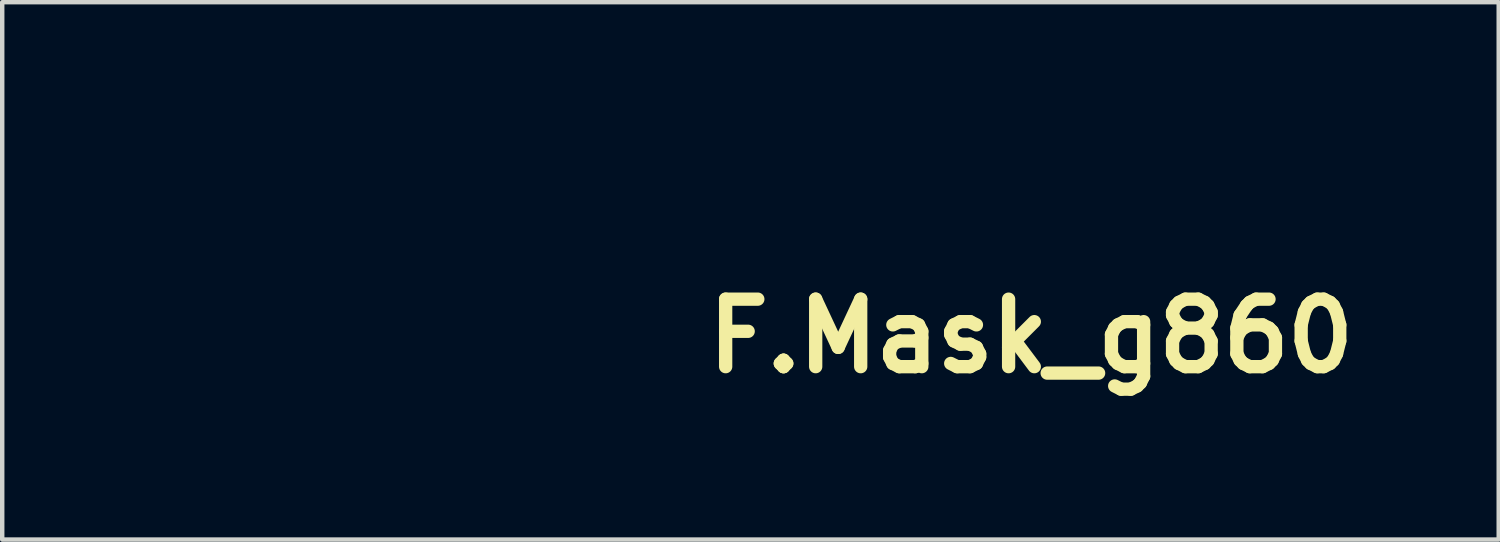
<source format=kicad_pcb>
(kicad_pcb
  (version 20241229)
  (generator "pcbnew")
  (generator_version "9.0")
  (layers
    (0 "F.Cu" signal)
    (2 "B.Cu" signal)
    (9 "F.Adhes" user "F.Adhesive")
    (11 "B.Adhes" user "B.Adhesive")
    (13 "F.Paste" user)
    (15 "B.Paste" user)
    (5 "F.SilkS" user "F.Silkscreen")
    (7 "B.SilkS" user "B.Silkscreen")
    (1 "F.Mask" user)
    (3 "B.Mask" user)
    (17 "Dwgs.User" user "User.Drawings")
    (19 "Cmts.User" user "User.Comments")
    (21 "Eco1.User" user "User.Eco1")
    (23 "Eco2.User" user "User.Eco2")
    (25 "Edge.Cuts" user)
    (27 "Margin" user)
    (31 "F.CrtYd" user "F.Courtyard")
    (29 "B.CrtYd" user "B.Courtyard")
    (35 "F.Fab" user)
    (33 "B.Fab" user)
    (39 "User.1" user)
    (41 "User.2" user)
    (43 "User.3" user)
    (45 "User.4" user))
  (footprint "F.Mask_g860"
    (layer "F.Cu")
    (at 20.224 4.537)
    (property "Reference" "F.Mask_g860" (at 0 0 0) (layer "F.SilkS") (effects (font (size 1.524 1.524) (thickness 0.3))))
    (attr through_hole)
    (fp_poly (pts (xy -1.734 -4.529) (xy -1.591 -4.529) (xy -1.482 -4.527) (xy -1.403 -4.524) (xy -1.348 -4.52) (xy -1.314 -4.515) (xy -1.297 -4.508) (xy -1.291 -4.499) (xy -1.291 -4.498) (xy -1.294 -4.473) (xy -1.301 -4.409) (xy -1.314 -4.308) (xy -1.331 -4.172) (xy -1.351 -4.004) (xy -1.376 -3.805) (xy -1.404 -3.58) (xy -1.436 -3.329) (xy -1.47 -3.055) (xy -1.507 -2.762) (xy -1.546 -2.45) (xy -1.588 -2.123) (xy -1.631 -1.783) (xy -1.662 -1.538) (xy -1.706 -1.191) (xy -1.748 -0.855) (xy -1.789 -0.533) (xy -1.827 -0.226) (xy -1.863 0.061) (xy -1.897 0.327) (xy -1.928 0.57) (xy -1.955 0.788) (xy -1.978 0.977) (xy -1.998 1.135) (xy -2.014 1.26) (xy -2.025 1.35) (xy -2.031 1.401) (xy -2.032 1.414) (xy -2.043 1.422) (xy -2.076 1.428) (xy -2.137 1.432) (xy -2.227 1.436) (xy -2.35 1.438) (xy -2.51 1.439) (xy -2.666 1.439) (xy -3.301 1.439) (xy -3.291 1.381) (xy -3.287 1.353) (xy -3.278 1.286) (xy -3.265 1.182) (xy -3.247 1.043) (xy -3.225 0.872) (xy -3.2 0.672) (xy -3.171 0.444) (xy -3.139 0.192) (xy -3.104 -0.083) (xy -3.067 -0.377) (xy -3.028 -0.689) (xy -2.986 -1.015) (xy -2.944 -1.354) (xy -2.921 -1.535) (xy -2.878 -1.879) (xy -2.836 -2.212) (xy -2.795 -2.532) (xy -2.757 -2.836) (xy -2.721 -3.122) (xy -2.687 -3.387) (xy -2.657 -3.629) (xy -2.629 -3.845) (xy -2.605 -4.033) (xy -2.585 -4.19) (xy -2.569 -4.313) (xy -2.558 -4.401) (xy -2.551 -4.451) (xy -2.55 -4.461) (xy -2.538 -4.53) (xy -1.915 -4.53) (xy -1.734 -4.529)) (stroke (width 0.01) (type solid)) (fill yes) (layer "F.Mask"))
    (fp_poly (pts (xy -7.451 -4.471) (xy -7.453 -4.436) (xy -7.461 -4.364) (xy -7.472 -4.262) (xy -7.487 -4.137) (xy -7.504 -3.994) (xy -7.524 -3.839) (xy -7.525 -3.831) (xy -7.544 -3.678) (xy -7.561 -3.538) (xy -7.576 -3.417) (xy -7.588 -3.32) (xy -7.596 -3.254) (xy -7.599 -3.223) (xy -7.599 -3.223) (xy -7.608 -3.214) (xy -7.639 -3.207) (xy -7.696 -3.202) (xy -7.782 -3.199) (xy -7.901 -3.197) (xy -8.057 -3.196) (xy -8.117 -3.196) (xy -8.281 -3.196) (xy -8.407 -3.195) (xy -8.5 -3.193) (xy -8.565 -3.189) (xy -8.606 -3.184) (xy -8.628 -3.177) (xy -8.636 -3.167) (xy -8.636 -3.165) (xy -8.639 -3.14) (xy -8.646 -3.076) (xy -8.658 -2.976) (xy -8.675 -2.841) (xy -8.696 -2.676) (xy -8.72 -2.483) (xy -8.747 -2.264) (xy -8.778 -2.023) (xy -8.81 -1.761) (xy -8.846 -1.483) (xy -8.883 -1.19) (xy -8.921 -0.886) (xy -8.922 -0.882) (xy -8.96 -0.577) (xy -8.997 -0.284) (xy -9.033 -0.006) (xy -9.066 0.256) (xy -9.096 0.498) (xy -9.123 0.717) (xy -9.148 0.911) (xy -9.168 1.077) (xy -9.185 1.212) (xy -9.197 1.314) (xy -9.205 1.379) (xy -9.207 1.405) (xy -9.207 1.405) (xy -9.211 1.415) (xy -9.223 1.422) (xy -9.249 1.428) (xy -9.294 1.433) (xy -9.361 1.436) (xy -9.454 1.438) (xy -9.579 1.439) (xy -9.739 1.439) (xy -9.843 1.439) (xy -10.479 1.439) (xy -10.468 1.371) (xy -10.463 1.34) (xy -10.454 1.271) (xy -10.441 1.166) (xy -10.423 1.027) (xy -10.401 0.857) (xy -10.376 0.66) (xy -10.348 0.439) (xy -10.317 0.195) (xy -10.284 -0.068) (xy -10.248 -0.346) (xy -10.212 -0.638) (xy -10.181 -0.878) (xy -10.143 -1.179) (xy -10.107 -1.468) (xy -10.072 -1.744) (xy -10.039 -2.003) (xy -10.009 -2.242) (xy -9.981 -2.459) (xy -9.957 -2.651) (xy -9.936 -2.814) (xy -9.919 -2.947) (xy -9.906 -3.045) (xy -9.898 -3.107) (xy -9.895 -3.127) (xy -9.883 -3.196) (xy -10.392 -3.196) (xy -10.552 -3.196) (xy -10.675 -3.197) (xy -10.765 -3.199) (xy -10.827 -3.202) (xy -10.867 -3.207) (xy -10.89 -3.214) (xy -10.899 -3.223) (xy -10.901 -3.233) (xy -10.899 -3.263) (xy -10.892 -3.329) (xy -10.881 -3.426) (xy -10.866 -3.549) (xy -10.849 -3.691) (xy -10.83 -3.848) (xy -10.823 -3.9) (xy -10.745 -4.53) (xy -7.451 -4.53) (xy -7.451 -4.471)) (stroke (width 0.01) (type solid)) (fill yes) (layer "F.Mask"))
    (fp_poly (pts (xy -18.324 -4.525) (xy -18.076 -4.523) (xy -17.867 -4.521) (xy -17.692 -4.519) (xy -17.547 -4.517) (xy -17.43 -4.515) (xy -17.335 -4.512) (xy -17.26 -4.508) (xy -17.2 -4.503) (xy -17.151 -4.497) (xy -17.11 -4.49) (xy -17.072 -4.482) (xy -17.035 -4.471) (xy -17.033 -4.471) (xy -16.801 -4.387) (xy -16.6 -4.274) (xy -16.428 -4.131) (xy -16.287 -3.96) (xy -16.177 -3.76) (xy -16.098 -3.533) (xy -16.05 -3.278) (xy -16.033 -2.996) (xy -16.045 -2.731) (xy -16.087 -2.391) (xy -16.152 -2.074) (xy -16.24 -1.784) (xy -16.349 -1.521) (xy -16.479 -1.29) (xy -16.627 -1.092) (xy -16.794 -0.929) (xy -16.834 -0.898) (xy -16.975 -0.801) (xy -17.118 -0.721) (xy -17.27 -0.657) (xy -17.435 -0.608) (xy -17.619 -0.572) (xy -17.829 -0.548) (xy -18.068 -0.534) (xy -18.342 -0.53) (xy -18.702 -0.529) (xy -18.827 0.455) (xy -18.952 1.439) (xy -20.219 1.439) (xy -20.207 1.371) (xy -20.203 1.342) (xy -20.193 1.273) (xy -20.18 1.168) (xy -20.162 1.027) (xy -20.14 0.855) (xy -20.114 0.654) (xy -20.085 0.425) (xy -20.053 0.171) (xy -20.018 -0.104) (xy -19.981 -0.4) (xy -19.941 -0.712) (xy -19.9 -1.039) (xy -19.857 -1.378) (xy -19.833 -1.566) (xy -19.8 -1.833) (xy -18.541 -1.833) (xy -18.539 -1.817) (xy -18.528 -1.807) (xy -18.502 -1.801) (xy -18.454 -1.799) (xy -18.378 -1.8) (xy -18.268 -1.804) (xy -18.24 -1.805) (xy -18.105 -1.811) (xy -18.003 -1.82) (xy -17.923 -1.832) (xy -17.856 -1.849) (xy -17.814 -1.863) (xy -17.671 -1.938) (xy -17.556 -2.043) (xy -17.469 -2.18) (xy -17.409 -2.349) (xy -17.376 -2.549) (xy -17.369 -2.709) (xy -17.376 -2.851) (xy -17.399 -2.96) (xy -17.441 -3.048) (xy -17.506 -3.122) (xy -17.525 -3.139) (xy -17.58 -3.179) (xy -17.64 -3.208) (xy -17.712 -3.228) (xy -17.806 -3.241) (xy -17.927 -3.247) (xy -18.054 -3.248) (xy -18.361 -3.249) (xy -18.45 -2.561) (xy -18.472 -2.394) (xy -18.492 -2.239) (xy -18.509 -2.101) (xy -18.523 -1.986) (xy -18.534 -1.9) (xy -18.54 -1.847) (xy -18.541 -1.833) (xy -19.8 -1.833) (xy -19.79 -1.911) (xy -19.748 -2.244) (xy -19.708 -2.564) (xy -19.669 -2.868) (xy -19.633 -3.153) (xy -19.599 -3.417) (xy -19.569 -3.658) (xy -19.541 -3.873) (xy -19.517 -4.06) (xy -19.497 -4.216) (xy -19.481 -4.338) (xy -19.47 -4.425) (xy -19.463 -4.474) (xy -19.462 -4.483) (xy -19.451 -4.532) (xy -18.324 -4.525)) (stroke (width 0.01) (type solid)) (fill yes) (layer "F.Mask"))
    (fp_poly (pts (xy -5.057 -4.525) (xy -4.923 -4.524) (xy -4.817 -4.521) (xy -4.742 -4.518) (xy -4.704 -4.514) (xy -4.699 -4.511) (xy -4.695 -4.489) (xy -4.685 -4.427) (xy -4.668 -4.328) (xy -4.645 -4.194) (xy -4.616 -4.028) (xy -4.582 -3.832) (xy -4.543 -3.609) (xy -4.5 -3.361) (xy -4.452 -3.09) (xy -4.401 -2.798) (xy -4.347 -2.489) (xy -4.29 -2.163) (xy -4.231 -1.825) (xy -4.18 -1.538) (xy -4.119 -1.19) (xy -4.06 -0.854) (xy -4.004 -0.532) (xy -3.95 -0.225) (xy -3.9 0.062) (xy -3.853 0.329) (xy -3.811 0.572) (xy -3.773 0.79) (xy -3.739 0.98) (xy -3.712 1.14) (xy -3.69 1.267) (xy -3.674 1.358) (xy -3.664 1.413) (xy -3.662 1.428) (xy -3.682 1.431) (xy -3.74 1.433) (xy -3.83 1.436) (xy -3.947 1.437) (xy -4.086 1.439) (xy -4.242 1.439) (xy -4.328 1.439) (xy -4.995 1.439) (xy -5.006 1.392) (xy -5.013 1.357) (xy -5.026 1.288) (xy -5.043 1.191) (xy -5.064 1.072) (xy -5.087 0.938) (xy -5.097 0.878) (xy -5.175 0.413) (xy -6.022 0.407) (xy -6.869 0.402) (xy -7.1 0.921) (xy -7.33 1.439) (xy -7.996 1.439) (xy -8.182 1.439) (xy -8.329 1.439) (xy -8.443 1.437) (xy -8.527 1.435) (xy -8.585 1.432) (xy -8.623 1.428) (xy -8.644 1.421) (xy -8.652 1.413) (xy -8.651 1.403) (xy -8.651 1.402) (xy -8.641 1.379) (xy -8.616 1.319) (xy -8.575 1.224) (xy -8.521 1.098) (xy -8.453 0.94) (xy -8.373 0.755) (xy -8.281 0.544) (xy -8.179 0.309) (xy -8.068 0.053) (xy -7.948 -0.223) (xy -7.82 -0.517) (xy -7.695 -0.804) (xy -6.371 -0.804) (xy -5.874 -0.804) (xy -5.698 -0.805) (xy -5.559 -0.808) (xy -5.458 -0.812) (xy -5.397 -0.818) (xy -5.376 -0.826) (xy -5.379 -0.851) (xy -5.387 -0.913) (xy -5.4 -1.007) (xy -5.416 -1.125) (xy -5.435 -1.264) (xy -5.456 -1.418) (xy -5.479 -1.582) (xy -5.502 -1.749) (xy -5.526 -1.915) (xy -5.548 -2.074) (xy -5.569 -2.221) (xy -5.587 -2.351) (xy -5.603 -2.457) (xy -5.614 -2.535) (xy -5.621 -2.579) (xy -5.622 -2.582) (xy -5.626 -2.597) (xy -5.633 -2.601) (xy -5.645 -2.589) (xy -5.662 -2.56) (xy -5.686 -2.51) (xy -5.718 -2.436) (xy -5.76 -2.335) (xy -5.813 -2.205) (xy -5.879 -2.041) (xy -5.959 -1.841) (xy -5.967 -1.82) (xy -6.039 -1.639) (xy -6.107 -1.467) (xy -6.17 -1.309) (xy -6.225 -1.169) (xy -6.272 -1.053) (xy -6.307 -0.964) (xy -6.329 -0.908) (xy -6.335 -0.894) (xy -6.371 -0.804) (xy -7.695 -0.804) (xy -7.686 -0.825) (xy -7.546 -1.147) (xy -7.402 -1.48) (xy -7.359 -1.577) (xy -6.078 -4.519) (xy -5.389 -4.525) (xy -5.214 -4.526) (xy -5.057 -4.525)) (stroke (width 0.01) (type solid)) (fill yes) (layer "F.Mask"))
    (fp_poly (pts (xy 1.656 -2.729) (xy 1.817 -2.406) (xy 1.959 -2.119) (xy 2.085 -1.868) (xy 2.194 -1.651) (xy 2.288 -1.466) (xy 2.366 -1.313) (xy 2.431 -1.189) (xy 2.482 -1.094) (xy 2.52 -1.026) (xy 2.546 -0.984) (xy 2.561 -0.966) (xy 2.565 -0.966) (xy 2.57 -0.993) (xy 2.58 -1.058) (xy 2.594 -1.159) (xy 2.612 -1.293) (xy 2.633 -1.455) (xy 2.658 -1.644) (xy 2.685 -1.855) (xy 2.715 -2.085) (xy 2.746 -2.332) (xy 2.779 -2.592) (xy 2.794 -2.709) (xy 2.827 -2.974) (xy 2.859 -3.228) (xy 2.889 -3.468) (xy 2.917 -3.69) (xy 2.943 -3.89) (xy 2.965 -4.067) (xy 2.985 -4.215) (xy 3 -4.333) (xy 3.011 -4.417) (xy 3.017 -4.464) (xy 3.019 -4.471) (xy 3.03 -4.53) (xy 3.653 -4.53) (xy 3.833 -4.529) (xy 3.976 -4.529) (xy 4.085 -4.527) (xy 4.164 -4.524) (xy 4.219 -4.52) (xy 4.253 -4.515) (xy 4.27 -4.508) (xy 4.276 -4.499) (xy 4.276 -4.497) (xy 4.273 -4.473) (xy 4.265 -4.409) (xy 4.253 -4.308) (xy 4.236 -4.172) (xy 4.215 -4.003) (xy 4.191 -3.805) (xy 4.162 -3.579) (xy 4.131 -3.329) (xy 4.097 -3.055) (xy 4.06 -2.762) (xy 4.02 -2.45) (xy 3.979 -2.123) (xy 3.936 -1.783) (xy 3.905 -1.539) (xy 3.861 -1.192) (xy 3.819 -0.856) (xy 3.778 -0.533) (xy 3.74 -0.227) (xy 3.703 0.06) (xy 3.67 0.327) (xy 3.639 0.57) (xy 3.612 0.787) (xy 3.588 0.976) (xy 3.569 1.134) (xy 3.553 1.259) (xy 3.542 1.349) (xy 3.536 1.401) (xy 3.535 1.413) (xy 3.525 1.421) (xy 3.495 1.427) (xy 3.439 1.432) (xy 3.355 1.435) (xy 3.24 1.438) (xy 3.089 1.439) (xy 2.905 1.439) (xy 2.275 1.439) (xy 1.378 -0.371) (xy 1.249 -0.629) (xy 1.126 -0.876) (xy 1.01 -1.11) (xy 0.902 -1.327) (xy 0.803 -1.525) (xy 0.714 -1.701) (xy 0.637 -1.854) (xy 0.574 -1.98) (xy 0.525 -2.077) (xy 0.491 -2.141) (xy 0.475 -2.172) (xy 0.473 -2.174) (xy 0.47 -2.152) (xy 0.461 -2.092) (xy 0.448 -1.996) (xy 0.431 -1.866) (xy 0.411 -1.708) (xy 0.387 -1.522) (xy 0.36 -1.313) (xy 0.331 -1.084) (xy 0.299 -0.837) (xy 0.266 -0.575) (xy 0.243 -0.39) (xy 0.209 -0.121) (xy 0.176 0.138) (xy 0.145 0.381) (xy 0.116 0.606) (xy 0.09 0.809) (xy 0.067 0.989) (xy 0.047 1.141) (xy 0.031 1.262) (xy 0.019 1.35) (xy 0.012 1.401) (xy 0.01 1.413) (xy -0.002 1.421) (xy -0.036 1.427) (xy -0.094 1.432) (xy -0.18 1.435) (xy -0.299 1.438) (xy -0.453 1.439) (xy -0.624 1.439) (xy -1.25 1.439) (xy -1.237 1.339) (xy -1.233 1.306) (xy -1.224 1.234) (xy -1.21 1.124) (xy -1.192 0.981) (xy -1.169 0.805) (xy -1.143 0.6) (xy -1.114 0.368) (xy -1.081 0.111) (xy -1.046 -0.167) (xy -1.009 -0.465) (xy -0.969 -0.779) (xy -0.927 -1.108) (xy -0.884 -1.449) (xy -0.86 -1.64) (xy -0.495 -4.519) (xy 0.763 -4.53) (xy 1.656 -2.729)) (stroke (width 0.01) (type solid)) (fill yes) (layer "F.Mask"))
    (fp_poly (pts (xy -14.063 -4.451) (xy -14.068 -4.417) (xy -14.078 -4.345) (xy -14.092 -4.238) (xy -14.11 -4.099) (xy -14.131 -3.932) (xy -14.156 -3.74) (xy -14.184 -3.527) (xy -14.213 -3.296) (xy -14.245 -3.05) (xy -14.278 -2.794) (xy -14.281 -2.773) (xy -14.319 -2.473) (xy -14.352 -2.212) (xy -14.381 -1.986) (xy -14.405 -1.792) (xy -14.425 -1.625) (xy -14.442 -1.482) (xy -14.455 -1.36) (xy -14.465 -1.255) (xy -14.473 -1.163) (xy -14.479 -1.082) (xy -14.483 -1.007) (xy -14.485 -0.935) (xy -14.486 -0.862) (xy -14.487 -0.785) (xy -14.487 -0.762) (xy -14.487 -0.613) (xy -14.485 -0.498) (xy -14.482 -0.411) (xy -14.475 -0.343) (xy -14.466 -0.288) (xy -14.452 -0.238) (xy -14.447 -0.224) (xy -14.38 -0.073) (xy -14.285 0.047) (xy -14.161 0.137) (xy -14.16 0.138) (xy -14.104 0.166) (xy -14.056 0.185) (xy -14.003 0.195) (xy -13.934 0.2) (xy -13.835 0.201) (xy -13.821 0.201) (xy -13.718 0.2) (xy -13.645 0.196) (xy -13.587 0.185) (xy -13.533 0.167) (xy -13.468 0.137) (xy -13.457 0.131) (xy -13.319 0.044) (xy -13.198 -0.074) (xy -13.095 -0.226) (xy -13.006 -0.412) (xy -12.932 -0.634) (xy -12.872 -0.895) (xy -12.869 -0.909) (xy -12.861 -0.957) (xy -12.849 -1.043) (xy -12.832 -1.163) (xy -12.811 -1.313) (xy -12.787 -1.488) (xy -12.761 -1.686) (xy -12.732 -1.901) (xy -12.702 -2.129) (xy -12.671 -2.367) (xy -12.639 -2.611) (xy -12.607 -2.856) (xy -12.575 -3.099) (xy -12.545 -3.335) (xy -12.516 -3.56) (xy -12.49 -3.77) (xy -12.466 -3.962) (xy -12.445 -4.13) (xy -12.428 -4.272) (xy -12.415 -4.383) (xy -12.413 -4.397) (xy -12.398 -4.53) (xy -11.132 -4.53) (xy -11.143 -4.461) (xy -11.148 -4.43) (xy -11.157 -4.36) (xy -11.171 -4.254) (xy -11.188 -4.116) (xy -11.21 -3.95) (xy -11.234 -3.757) (xy -11.262 -3.541) (xy -11.291 -3.306) (xy -11.323 -3.055) (xy -11.356 -2.791) (xy -11.377 -2.625) (xy -11.412 -2.348) (xy -11.447 -2.077) (xy -11.481 -1.816) (xy -11.513 -1.57) (xy -11.543 -1.34) (xy -11.571 -1.133) (xy -11.596 -0.95) (xy -11.618 -0.796) (xy -11.635 -0.675) (xy -11.648 -0.591) (xy -11.653 -0.565) (xy -11.734 -0.203) (xy -11.84 0.125) (xy -11.971 0.419) (xy -12.128 0.68) (xy -12.311 0.908) (xy -12.52 1.103) (xy -12.755 1.266) (xy -13.017 1.397) (xy -13.291 1.492) (xy -13.532 1.546) (xy -13.791 1.578) (xy -14.052 1.587) (xy -14.299 1.572) (xy -14.355 1.565) (xy -14.636 1.506) (xy -14.887 1.418) (xy -15.108 1.3) (xy -15.299 1.152) (xy -15.461 0.973) (xy -15.593 0.764) (xy -15.696 0.525) (xy -15.769 0.256) (xy -15.771 0.243) (xy -15.787 0.131) (xy -15.797 -0.016) (xy -15.801 -0.188) (xy -15.799 -0.379) (xy -15.792 -0.58) (xy -15.779 -0.783) (xy -15.761 -0.98) (xy -15.751 -1.069) (xy -15.74 -1.154) (xy -15.725 -1.277) (xy -15.705 -1.433) (xy -15.682 -1.618) (xy -15.656 -1.826) (xy -15.627 -2.055) (xy -15.596 -2.298) (xy -15.564 -2.552) (xy -15.531 -2.813) (xy -15.509 -2.985) (xy -15.314 -4.519) (xy -14.682 -4.525) (xy -14.051 -4.53) (xy -14.063 -4.451)) (stroke (width 0.01) (type solid)) (fill yes) (layer "F.Mask")))
  (gr_rect
    (start -3 -3)
    (end 30.779 9.129)
    (stroke (width 0.1) (type default))
    (fill no)
    (layer "Edge.Cuts")))
</source>
